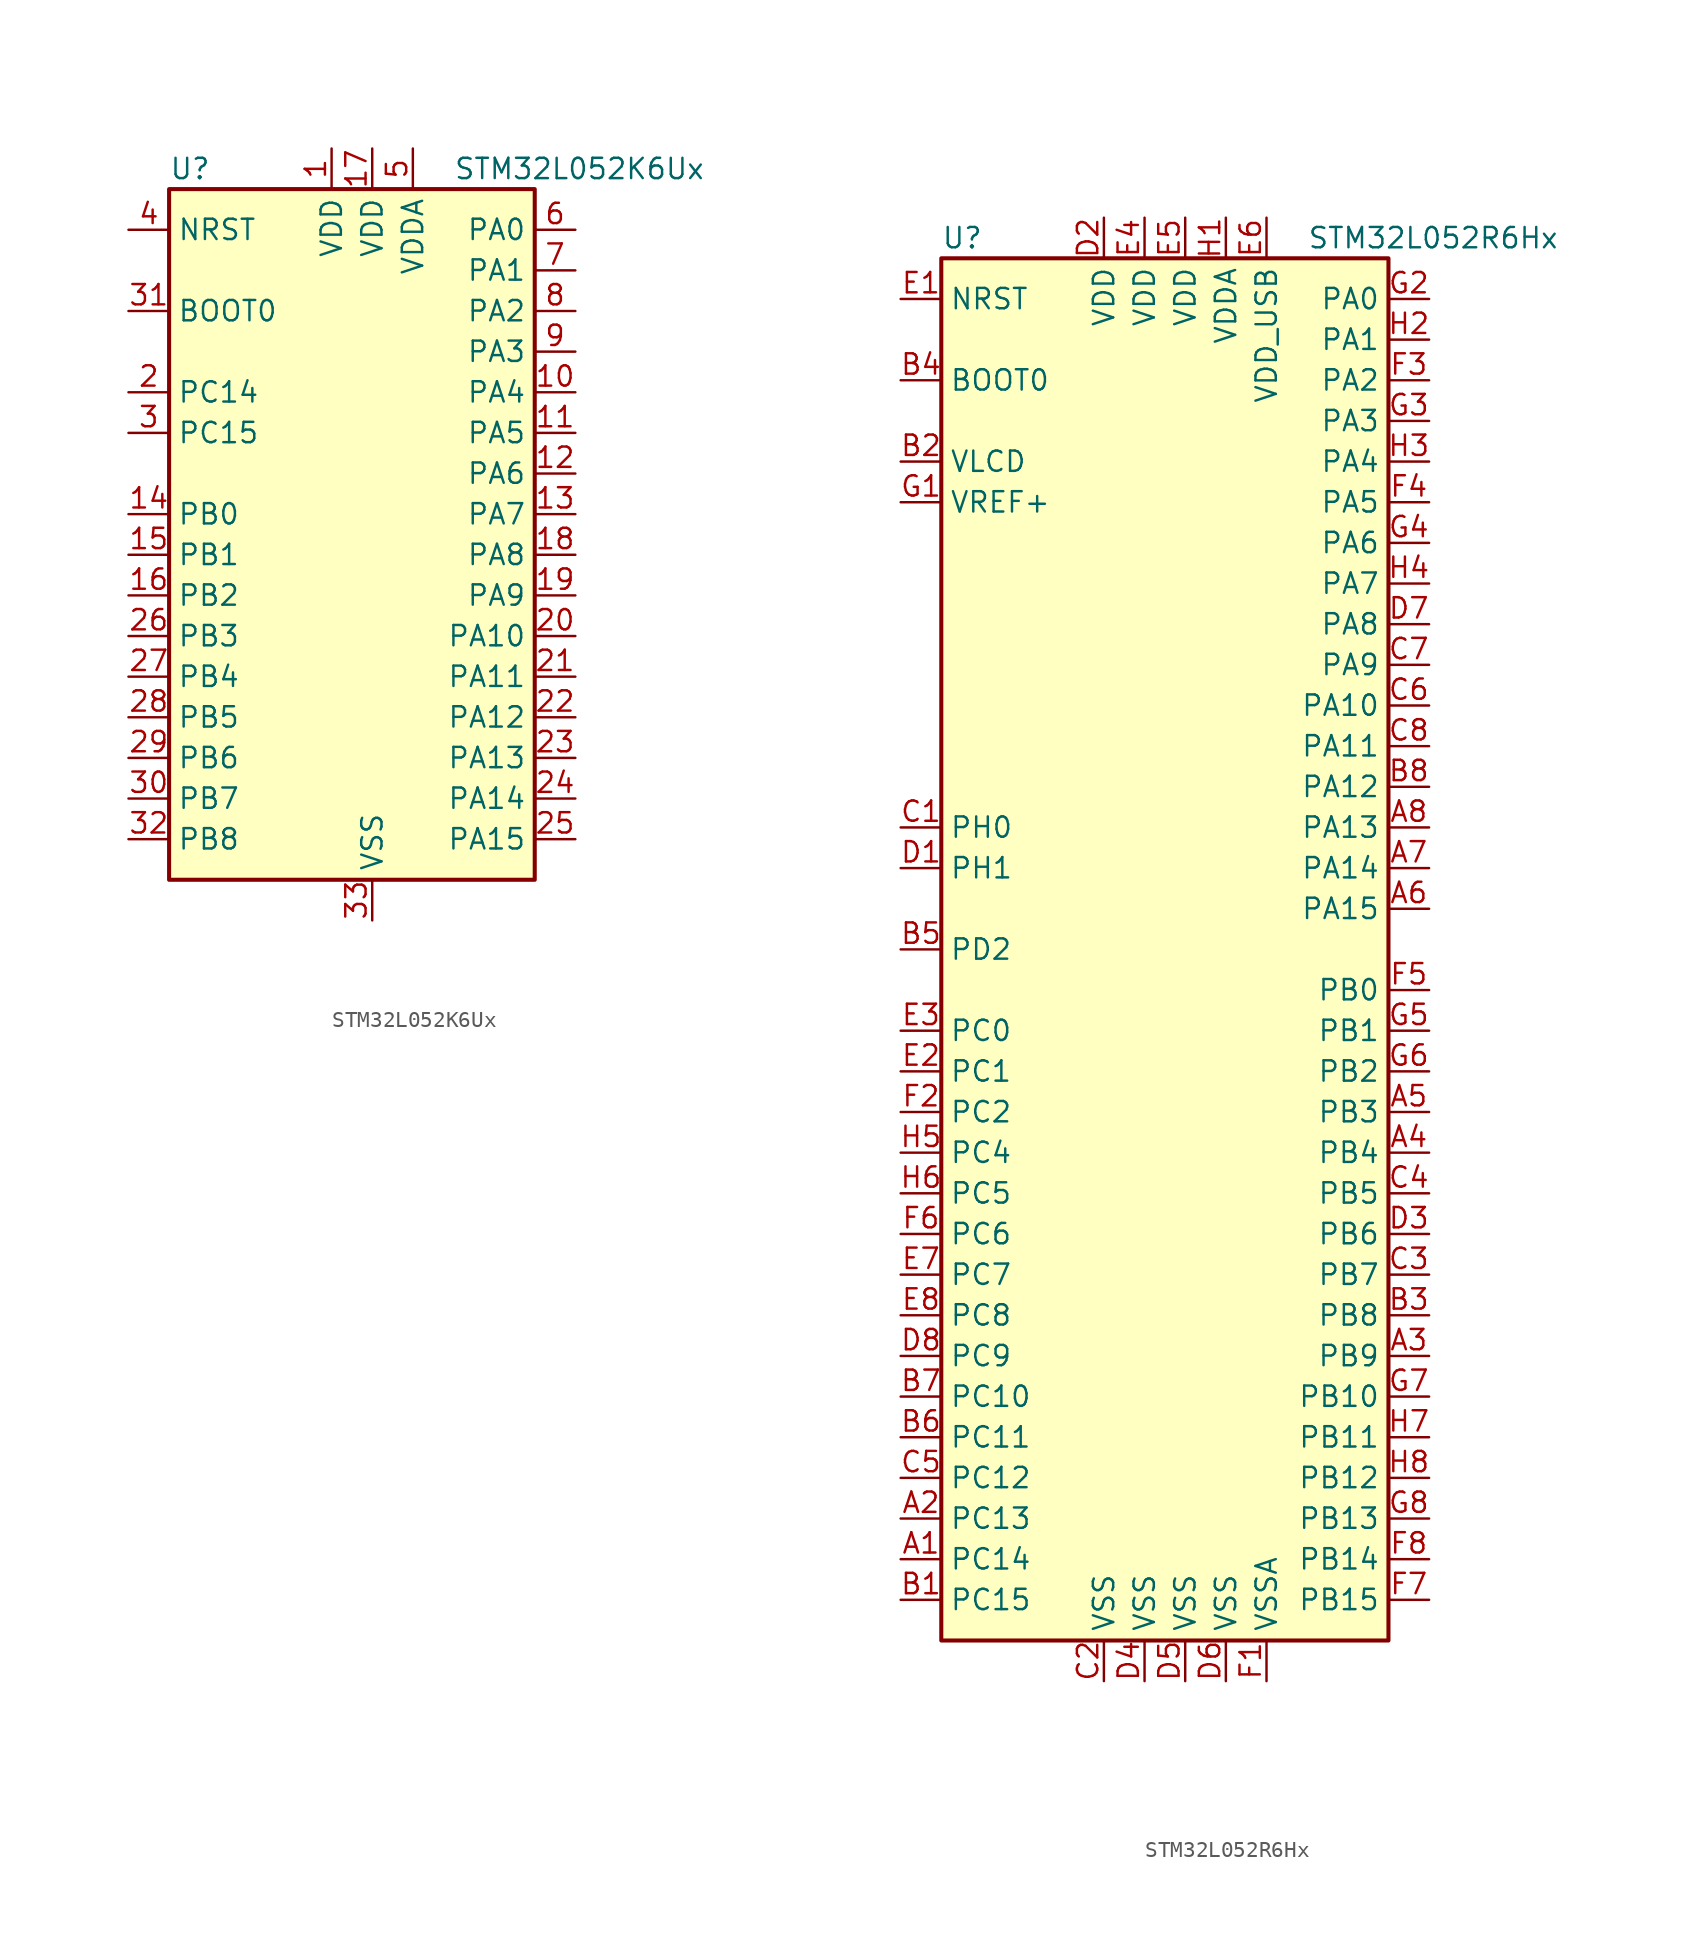
<source format=kicad_sym>
(kicad_symbol_lib
  (version 20201005)
  (generator kicad_symbol_editor)
  (symbol "STM32L052K6Ux"
    (property "Reference" "U"
      (at -12.7 21.59 0)
      (effects (font (size 1.27 1.27)) (justify left)))
    (property "Value" "STM32L052K6Ux"
      (at 5.08 21.59 0)
      (effects (font (size 1.27 1.27)) (justify left)))
    (symbol "STM32L052K6Ux_0_1"
      (rectangle (start -12.7 -22.86) (end 10.16 20.32) (stroke (width 0.254)) (fill (type background))))
    (symbol "STM32L052K6Ux_1_1"
      (pin power_in line (at -2.54 22.86 270) (length 2.54) (name "VDD" (effects (font (size 1.27 1.27)))) (number "1" (effects (font (size 1.27 1.27)))))
      (pin bidirectional line (at 12.7 7.62 180) (length 2.54) (name "PA4" (effects (font (size 1.27 1.27)))) (number "10" (effects (font (size 1.27 1.27)))))
      (pin bidirectional line (at 12.7 5.08 180) (length 2.54) (name "PA5" (effects (font (size 1.27 1.27)))) (number "11" (effects (font (size 1.27 1.27)))))
      (pin bidirectional line (at 12.7 2.54 180) (length 2.54) (name "PA6" (effects (font (size 1.27 1.27)))) (number "12" (effects (font (size 1.27 1.27)))))
      (pin bidirectional line (at 12.7 0 180) (length 2.54) (name "PA7" (effects (font (size 1.27 1.27)))) (number "13" (effects (font (size 1.27 1.27)))))
      (pin bidirectional line (at -15.24 0 0) (length 2.54) (name "PB0" (effects (font (size 1.27 1.27)))) (number "14" (effects (font (size 1.27 1.27)))))
      (pin bidirectional line (at -15.24 -2.54 0) (length 2.54) (name "PB1" (effects (font (size 1.27 1.27)))) (number "15" (effects (font (size 1.27 1.27)))))
      (pin bidirectional line (at -15.24 -5.08 0) (length 2.54) (name "PB2" (effects (font (size 1.27 1.27)))) (number "16" (effects (font (size 1.27 1.27)))))
      (pin power_in line (at 0 22.86 270) (length 2.54) (name "VDD" (effects (font (size 1.27 1.27)))) (number "17" (effects (font (size 1.27 1.27)))))
      (pin bidirectional line (at 12.7 -2.54 180) (length 2.54) (name "PA8" (effects (font (size 1.27 1.27)))) (number "18" (effects (font (size 1.27 1.27)))))
      (pin bidirectional line (at 12.7 -5.08 180) (length 2.54) (name "PA9" (effects (font (size 1.27 1.27)))) (number "19" (effects (font (size 1.27 1.27)))))
      (pin bidirectional line (at -15.24 7.62 0) (length 2.54) (name "PC14" (effects (font (size 1.27 1.27)))) (number "2" (effects (font (size 1.27 1.27)))))
      (pin bidirectional line (at 12.7 -7.62 180) (length 2.54) (name "PA10" (effects (font (size 1.27 1.27)))) (number "20" (effects (font (size 1.27 1.27)))))
      (pin bidirectional line (at 12.7 -10.16 180) (length 2.54) (name "PA11" (effects (font (size 1.27 1.27)))) (number "21" (effects (font (size 1.27 1.27)))))
      (pin bidirectional line (at 12.7 -12.7 180) (length 2.54) (name "PA12" (effects (font (size 1.27 1.27)))) (number "22" (effects (font (size 1.27 1.27)))))
      (pin bidirectional line (at 12.7 -15.24 180) (length 2.54) (name "PA13" (effects (font (size 1.27 1.27)))) (number "23" (effects (font (size 1.27 1.27)))))
      (pin bidirectional line (at 12.7 -17.78 180) (length 2.54) (name "PA14" (effects (font (size 1.27 1.27)))) (number "24" (effects (font (size 1.27 1.27)))))
      (pin bidirectional line (at 12.7 -20.32 180) (length 2.54) (name "PA15" (effects (font (size 1.27 1.27)))) (number "25" (effects (font (size 1.27 1.27)))))
      (pin bidirectional line (at -15.24 -7.62 0) (length 2.54) (name "PB3" (effects (font (size 1.27 1.27)))) (number "26" (effects (font (size 1.27 1.27)))))
      (pin bidirectional line (at -15.24 -10.16 0) (length 2.54) (name "PB4" (effects (font (size 1.27 1.27)))) (number "27" (effects (font (size 1.27 1.27)))))
      (pin bidirectional line (at -15.24 -12.7 0) (length 2.54) (name "PB5" (effects (font (size 1.27 1.27)))) (number "28" (effects (font (size 1.27 1.27)))))
      (pin bidirectional line (at -15.24 -15.24 0) (length 2.54) (name "PB6" (effects (font (size 1.27 1.27)))) (number "29" (effects (font (size 1.27 1.27)))))
      (pin bidirectional line (at -15.24 5.08 0) (length 2.54) (name "PC15" (effects (font (size 1.27 1.27)))) (number "3" (effects (font (size 1.27 1.27)))))
      (pin bidirectional line (at -15.24 -17.78 0) (length 2.54) (name "PB7" (effects (font (size 1.27 1.27)))) (number "30" (effects (font (size 1.27 1.27)))))
      (pin input line (at -15.24 12.7 0) (length 2.54) (name "BOOT0" (effects (font (size 1.27 1.27)))) (number "31" (effects (font (size 1.27 1.27)))))
      (pin bidirectional line (at -15.24 -20.32 0) (length 2.54) (name "PB8" (effects (font (size 1.27 1.27)))) (number "32" (effects (font (size 1.27 1.27)))))
      (pin power_in line (at 0 -25.4 90) (length 2.54) (name "VSS" (effects (font (size 1.27 1.27)))) (number "33" (effects (font (size 1.27 1.27)))))
      (pin input line (at -15.24 17.78 0) (length 2.54) (name "NRST" (effects (font (size 1.27 1.27)))) (number "4" (effects (font (size 1.27 1.27)))))
      (pin power_in line (at 2.54 22.86 270) (length 2.54) (name "VDDA" (effects (font (size 1.27 1.27)))) (number "5" (effects (font (size 1.27 1.27)))))
      (pin bidirectional line (at 12.7 17.78 180) (length 2.54) (name "PA0" (effects (font (size 1.27 1.27)))) (number "6" (effects (font (size 1.27 1.27)))))
      (pin bidirectional line (at 12.7 15.24 180) (length 2.54) (name "PA1" (effects (font (size 1.27 1.27)))) (number "7" (effects (font (size 1.27 1.27)))))
      (pin bidirectional line (at 12.7 12.7 180) (length 2.54) (name "PA2" (effects (font (size 1.27 1.27)))) (number "8" (effects (font (size 1.27 1.27)))))
      (pin bidirectional line (at 12.7 10.16 180) (length 2.54) (name "PA3" (effects (font (size 1.27 1.27)))) (number "9" (effects (font (size 1.27 1.27)))))))
  (symbol "STM32L052R6Hx"
    (property "Reference" "U"
      (at -15.24 44.45 0)
      (effects (font (size 1.27 1.27)) (justify left)))
    (property "Value" "STM32L052R6Hx"
      (at 7.62 44.45 0)
      (effects (font (size 1.27 1.27)) (justify left)))
    (symbol "STM32L052R6Hx_0_1"
      (rectangle (start -15.24 -43.18) (end 12.7 43.18) (stroke (width 0.254)) (fill (type background))))
    (symbol "STM32L052R6Hx_1_1"
      (pin bidirectional line (at -17.78 -38.1 0) (length 2.54) (name "PC14" (effects (font (size 1.27 1.27)))) (number "A1" (effects (font (size 1.27 1.27)))))
      (pin bidirectional line (at -17.78 -35.56 0) (length 2.54) (name "PC13" (effects (font (size 1.27 1.27)))) (number "A2" (effects (font (size 1.27 1.27)))))
      (pin bidirectional line (at 15.24 -25.4 180) (length 2.54) (name "PB9" (effects (font (size 1.27 1.27)))) (number "A3" (effects (font (size 1.27 1.27)))))
      (pin bidirectional line (at 15.24 -12.7 180) (length 2.54) (name "PB4" (effects (font (size 1.27 1.27)))) (number "A4" (effects (font (size 1.27 1.27)))))
      (pin bidirectional line (at 15.24 -10.16 180) (length 2.54) (name "PB3" (effects (font (size 1.27 1.27)))) (number "A5" (effects (font (size 1.27 1.27)))))
      (pin bidirectional line (at 15.24 2.54 180) (length 2.54) (name "PA15" (effects (font (size 1.27 1.27)))) (number "A6" (effects (font (size 1.27 1.27)))))
      (pin bidirectional line (at 15.24 5.08 180) (length 2.54) (name "PA14" (effects (font (size 1.27 1.27)))) (number "A7" (effects (font (size 1.27 1.27)))))
      (pin bidirectional line (at 15.24 7.62 180) (length 2.54) (name "PA13" (effects (font (size 1.27 1.27)))) (number "A8" (effects (font (size 1.27 1.27)))))
      (pin bidirectional line (at -17.78 -40.64 0) (length 2.54) (name "PC15" (effects (font (size 1.27 1.27)))) (number "B1" (effects (font (size 1.27 1.27)))))
      (pin power_in line (at -17.78 30.48 0) (length 2.54) (name "VLCD" (effects (font (size 1.27 1.27)))) (number "B2" (effects (font (size 1.27 1.27)))))
      (pin bidirectional line (at 15.24 -22.86 180) (length 2.54) (name "PB8" (effects (font (size 1.27 1.27)))) (number "B3" (effects (font (size 1.27 1.27)))))
      (pin input line (at -17.78 35.56 0) (length 2.54) (name "BOOT0" (effects (font (size 1.27 1.27)))) (number "B4" (effects (font (size 1.27 1.27)))))
      (pin bidirectional line (at -17.78 0 0) (length 2.54) (name "PD2" (effects (font (size 1.27 1.27)))) (number "B5" (effects (font (size 1.27 1.27)))))
      (pin bidirectional line (at -17.78 -30.48 0) (length 2.54) (name "PC11" (effects (font (size 1.27 1.27)))) (number "B6" (effects (font (size 1.27 1.27)))))
      (pin bidirectional line (at -17.78 -27.94 0) (length 2.54) (name "PC10" (effects (font (size 1.27 1.27)))) (number "B7" (effects (font (size 1.27 1.27)))))
      (pin bidirectional line (at 15.24 10.16 180) (length 2.54) (name "PA12" (effects (font (size 1.27 1.27)))) (number "B8" (effects (font (size 1.27 1.27)))))
      (pin input line (at -17.78 7.62 0) (length 2.54) (name "PH0" (effects (font (size 1.27 1.27)))) (number "C1" (effects (font (size 1.27 1.27)))))
      (pin power_in line (at -5.08 -45.72 90) (length 2.54) (name "VSS" (effects (font (size 1.27 1.27)))) (number "C2" (effects (font (size 1.27 1.27)))))
      (pin bidirectional line (at 15.24 -20.32 180) (length 2.54) (name "PB7" (effects (font (size 1.27 1.27)))) (number "C3" (effects (font (size 1.27 1.27)))))
      (pin bidirectional line (at 15.24 -15.24 180) (length 2.54) (name "PB5" (effects (font (size 1.27 1.27)))) (number "C4" (effects (font (size 1.27 1.27)))))
      (pin bidirectional line (at -17.78 -33.02 0) (length 2.54) (name "PC12" (effects (font (size 1.27 1.27)))) (number "C5" (effects (font (size 1.27 1.27)))))
      (pin bidirectional line (at 15.24 15.24 180) (length 2.54) (name "PA10" (effects (font (size 1.27 1.27)))) (number "C6" (effects (font (size 1.27 1.27)))))
      (pin bidirectional line (at 15.24 17.78 180) (length 2.54) (name "PA9" (effects (font (size 1.27 1.27)))) (number "C7" (effects (font (size 1.27 1.27)))))
      (pin bidirectional line (at 15.24 12.7 180) (length 2.54) (name "PA11" (effects (font (size 1.27 1.27)))) (number "C8" (effects (font (size 1.27 1.27)))))
      (pin input line (at -17.78 5.08 0) (length 2.54) (name "PH1" (effects (font (size 1.27 1.27)))) (number "D1" (effects (font (size 1.27 1.27)))))
      (pin power_in line (at -5.08 45.72 270) (length 2.54) (name "VDD" (effects (font (size 1.27 1.27)))) (number "D2" (effects (font (size 1.27 1.27)))))
      (pin bidirectional line (at 15.24 -17.78 180) (length 2.54) (name "PB6" (effects (font (size 1.27 1.27)))) (number "D3" (effects (font (size 1.27 1.27)))))
      (pin power_in line (at -2.54 -45.72 90) (length 2.54) (name "VSS" (effects (font (size 1.27 1.27)))) (number "D4" (effects (font (size 1.27 1.27)))))
      (pin power_in line (at 0 -45.72 90) (length 2.54) (name "VSS" (effects (font (size 1.27 1.27)))) (number "D5" (effects (font (size 1.27 1.27)))))
      (pin power_in line (at 2.54 -45.72 90) (length 2.54) (name "VSS" (effects (font (size 1.27 1.27)))) (number "D6" (effects (font (size 1.27 1.27)))))
      (pin bidirectional line (at 15.24 20.32 180) (length 2.54) (name "PA8" (effects (font (size 1.27 1.27)))) (number "D7" (effects (font (size 1.27 1.27)))))
      (pin bidirectional line (at -17.78 -25.4 0) (length 2.54) (name "PC9" (effects (font (size 1.27 1.27)))) (number "D8" (effects (font (size 1.27 1.27)))))
      (pin input line (at -17.78 40.64 0) (length 2.54) (name "NRST" (effects (font (size 1.27 1.27)))) (number "E1" (effects (font (size 1.27 1.27)))))
      (pin bidirectional line (at -17.78 -7.62 0) (length 2.54) (name "PC1" (effects (font (size 1.27 1.27)))) (number "E2" (effects (font (size 1.27 1.27)))))
      (pin bidirectional line (at -17.78 -5.08 0) (length 2.54) (name "PC0" (effects (font (size 1.27 1.27)))) (number "E3" (effects (font (size 1.27 1.27)))))
      (pin power_in line (at -2.54 45.72 270) (length 2.54) (name "VDD" (effects (font (size 1.27 1.27)))) (number "E4" (effects (font (size 1.27 1.27)))))
      (pin power_in line (at 0 45.72 270) (length 2.54) (name "VDD" (effects (font (size 1.27 1.27)))) (number "E5" (effects (font (size 1.27 1.27)))))
      (pin power_in line (at 5.08 45.72 270) (length 2.54) (name "VDD_USB" (effects (font (size 1.27 1.27)))) (number "E6" (effects (font (size 1.27 1.27)))))
      (pin bidirectional line (at -17.78 -20.32 0) (length 2.54) (name "PC7" (effects (font (size 1.27 1.27)))) (number "E7" (effects (font (size 1.27 1.27)))))
      (pin bidirectional line (at -17.78 -22.86 0) (length 2.54) (name "PC8" (effects (font (size 1.27 1.27)))) (number "E8" (effects (font (size 1.27 1.27)))))
      (pin power_in line (at 5.08 -45.72 90) (length 2.54) (name "VSSA" (effects (font (size 1.27 1.27)))) (number "F1" (effects (font (size 1.27 1.27)))))
      (pin bidirectional line (at -17.78 -10.16 0) (length 2.54) (name "PC2" (effects (font (size 1.27 1.27)))) (number "F2" (effects (font (size 1.27 1.27)))))
      (pin bidirectional line (at 15.24 35.56 180) (length 2.54) (name "PA2" (effects (font (size 1.27 1.27)))) (number "F3" (effects (font (size 1.27 1.27)))))
      (pin bidirectional line (at 15.24 27.94 180) (length 2.54) (name "PA5" (effects (font (size 1.27 1.27)))) (number "F4" (effects (font (size 1.27 1.27)))))
      (pin bidirectional line (at 15.24 -2.54 180) (length 2.54) (name "PB0" (effects (font (size 1.27 1.27)))) (number "F5" (effects (font (size 1.27 1.27)))))
      (pin bidirectional line (at -17.78 -17.78 0) (length 2.54) (name "PC6" (effects (font (size 1.27 1.27)))) (number "F6" (effects (font (size 1.27 1.27)))))
      (pin bidirectional line (at 15.24 -40.64 180) (length 2.54) (name "PB15" (effects (font (size 1.27 1.27)))) (number "F7" (effects (font (size 1.27 1.27)))))
      (pin bidirectional line (at 15.24 -38.1 180) (length 2.54) (name "PB14" (effects (font (size 1.27 1.27)))) (number "F8" (effects (font (size 1.27 1.27)))))
      (pin power_in line (at -17.78 27.94 0) (length 2.54) (name "VREF+" (effects (font (size 1.27 1.27)))) (number "G1" (effects (font (size 1.27 1.27)))))
      (pin bidirectional line (at 15.24 40.64 180) (length 2.54) (name "PA0" (effects (font (size 1.27 1.27)))) (number "G2" (effects (font (size 1.27 1.27)))))
      (pin bidirectional line (at 15.24 33.02 180) (length 2.54) (name "PA3" (effects (font (size 1.27 1.27)))) (number "G3" (effects (font (size 1.27 1.27)))))
      (pin bidirectional line (at 15.24 25.4 180) (length 2.54) (name "PA6" (effects (font (size 1.27 1.27)))) (number "G4" (effects (font (size 1.27 1.27)))))
      (pin bidirectional line (at 15.24 -5.08 180) (length 2.54) (name "PB1" (effects (font (size 1.27 1.27)))) (number "G5" (effects (font (size 1.27 1.27)))))
      (pin bidirectional line (at 15.24 -7.62 180) (length 2.54) (name "PB2" (effects (font (size 1.27 1.27)))) (number "G6" (effects (font (size 1.27 1.27)))))
      (pin bidirectional line (at 15.24 -27.94 180) (length 2.54) (name "PB10" (effects (font (size 1.27 1.27)))) (number "G7" (effects (font (size 1.27 1.27)))))
      (pin bidirectional line (at 15.24 -35.56 180) (length 2.54) (name "PB13" (effects (font (size 1.27 1.27)))) (number "G8" (effects (font (size 1.27 1.27)))))
      (pin power_in line (at 2.54 45.72 270) (length 2.54) (name "VDDA" (effects (font (size 1.27 1.27)))) (number "H1" (effects (font (size 1.27 1.27)))))
      (pin bidirectional line (at 15.24 38.1 180) (length 2.54) (name "PA1" (effects (font (size 1.27 1.27)))) (number "H2" (effects (font (size 1.27 1.27)))))
      (pin bidirectional line (at 15.24 30.48 180) (length 2.54) (name "PA4" (effects (font (size 1.27 1.27)))) (number "H3" (effects (font (size 1.27 1.27)))))
      (pin bidirectional line (at 15.24 22.86 180) (length 2.54) (name "PA7" (effects (font (size 1.27 1.27)))) (number "H4" (effects (font (size 1.27 1.27)))))
      (pin bidirectional line (at -17.78 -12.7 0) (length 2.54) (name "PC4" (effects (font (size 1.27 1.27)))) (number "H5" (effects (font (size 1.27 1.27)))))
      (pin bidirectional line (at -17.78 -15.24 0) (length 2.54) (name "PC5" (effects (font (size 1.27 1.27)))) (number "H6" (effects (font (size 1.27 1.27)))))
      (pin bidirectional line (at 15.24 -30.48 180) (length 2.54) (name "PB11" (effects (font (size 1.27 1.27)))) (number "H7" (effects (font (size 1.27 1.27)))))
      (pin bidirectional line (at 15.24 -33.02 180) (length 2.54) (name "PB12" (effects (font (size 1.27 1.27)))) (number "H8" (effects (font (size 1.27 1.27))))))))
</source>
